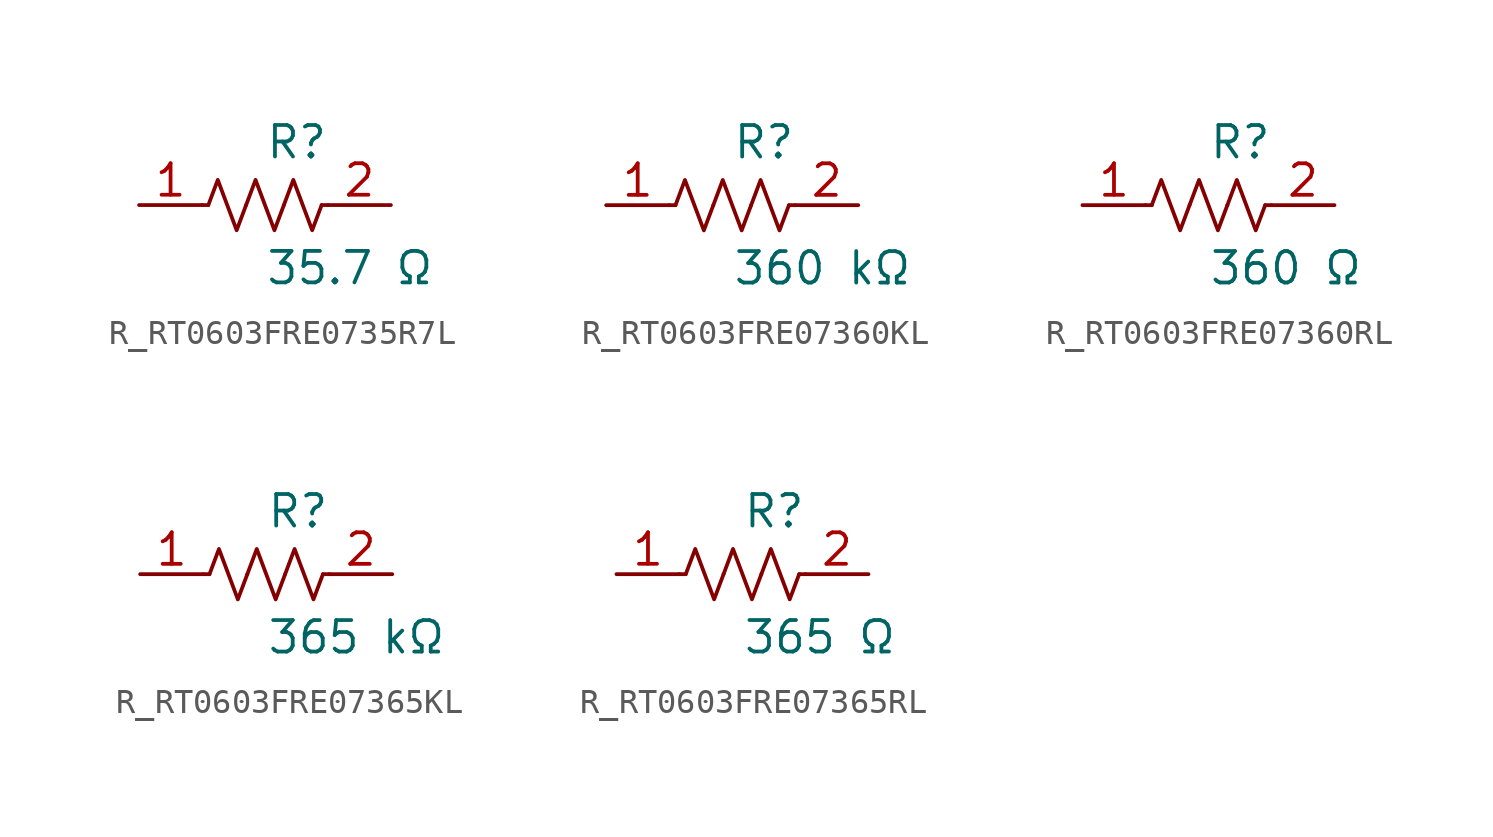
<source format=kicad_sym>
(kicad_symbol_lib
  (version 20231120)
  (generator kicad_symbol_editor)
  (generator_version 8.0)
  (symbol "R_RT0603FRE0735R7L"
    (pin_names
      (offset 0.254))
    (property "Reference" "R"
      (at 0.0 2.54 0)
      (effects (font (size 1.27 1.27)) (justify left)))
    (property "Value" "35.7 Ω"
      (at 0.0 -2.54 0)
      (effects (font (size 1.27 1.27)) (justify left)))
    (symbol "R_RT0603FRE0735R7L_0_1"
      (polyline (pts (xy 2.286 0) (xy 2.54 0)) (stroke (width 0) (type default)) (fill (type none)))
      (polyline (pts (xy -2.286 0) (xy -2.54 0)) (stroke (width 0) (type default)) (fill (type none)))
      (polyline (pts (xy 0.762 0) (xy 1.143 1.016) (xy 1.524 0) (xy 1.905 -1.016) (xy 2.286 0)) (stroke (width 0) (type default)) (fill (type none)))
      (polyline (pts (xy -0.762 0) (xy -0.381 1.016) (xy 0 0) (xy 0.381 -1.016) (xy 0.762 0)) (stroke (width 0) (type default)) (fill (type none)))
      (polyline (pts (xy -2.286 0) (xy -1.905 1.016) (xy -1.524 0) (xy -1.143 -1.016) (xy -0.762 0)) (stroke (width 0) (type default)) (fill (type none))))
    (pin unspecified line
      (at -5.08 0 0)
      (length 2.54)
      (name "" (effects (font (size 1.27 1.27))))
      (number "1" (effects (font (size 1.27 1.27)))))
    (pin unspecified line
      (at 5.08 0 180)
      (length 2.54)
      (name "" (effects (font (size 1.27 1.27))))
      (number "2" (effects (font (size 1.27 1.27))))))
  (symbol "R_RT0603FRE07360KL"
    (pin_names
      (offset 0.254))
    (property "Reference" "R"
      (at 0.0 2.54 0)
      (effects (font (size 1.27 1.27)) (justify left)))
    (property "Value" "360 kΩ"
      (at 0.0 -2.54 0)
      (effects (font (size 1.27 1.27)) (justify left)))
    (symbol "R_RT0603FRE07360KL_0_1"
      (polyline (pts (xy 2.286 0) (xy 2.54 0)) (stroke (width 0) (type default)) (fill (type none)))
      (polyline (pts (xy -2.286 0) (xy -2.54 0)) (stroke (width 0) (type default)) (fill (type none)))
      (polyline (pts (xy 0.762 0) (xy 1.143 1.016) (xy 1.524 0) (xy 1.905 -1.016) (xy 2.286 0)) (stroke (width 0) (type default)) (fill (type none)))
      (polyline (pts (xy -0.762 0) (xy -0.381 1.016) (xy 0 0) (xy 0.381 -1.016) (xy 0.762 0)) (stroke (width 0) (type default)) (fill (type none)))
      (polyline (pts (xy -2.286 0) (xy -1.905 1.016) (xy -1.524 0) (xy -1.143 -1.016) (xy -0.762 0)) (stroke (width 0) (type default)) (fill (type none))))
    (pin unspecified line
      (at -5.08 0 0)
      (length 2.54)
      (name "" (effects (font (size 1.27 1.27))))
      (number "1" (effects (font (size 1.27 1.27)))))
    (pin unspecified line
      (at 5.08 0 180)
      (length 2.54)
      (name "" (effects (font (size 1.27 1.27))))
      (number "2" (effects (font (size 1.27 1.27))))))
  (symbol "R_RT0603FRE07360RL"
    (pin_names
      (offset 0.254))
    (property "Reference" "R"
      (at 0.0 2.54 0)
      (effects (font (size 1.27 1.27)) (justify left)))
    (property "Value" "360 Ω"
      (at 0.0 -2.54 0)
      (effects (font (size 1.27 1.27)) (justify left)))
    (symbol "R_RT0603FRE07360RL_0_1"
      (polyline (pts (xy 2.286 0) (xy 2.54 0)) (stroke (width 0) (type default)) (fill (type none)))
      (polyline (pts (xy -2.286 0) (xy -2.54 0)) (stroke (width 0) (type default)) (fill (type none)))
      (polyline (pts (xy 0.762 0) (xy 1.143 1.016) (xy 1.524 0) (xy 1.905 -1.016) (xy 2.286 0)) (stroke (width 0) (type default)) (fill (type none)))
      (polyline (pts (xy -0.762 0) (xy -0.381 1.016) (xy 0 0) (xy 0.381 -1.016) (xy 0.762 0)) (stroke (width 0) (type default)) (fill (type none)))
      (polyline (pts (xy -2.286 0) (xy -1.905 1.016) (xy -1.524 0) (xy -1.143 -1.016) (xy -0.762 0)) (stroke (width 0) (type default)) (fill (type none))))
    (pin unspecified line
      (at -5.08 0 0)
      (length 2.54)
      (name "" (effects (font (size 1.27 1.27))))
      (number "1" (effects (font (size 1.27 1.27)))))
    (pin unspecified line
      (at 5.08 0 180)
      (length 2.54)
      (name "" (effects (font (size 1.27 1.27))))
      (number "2" (effects (font (size 1.27 1.27))))))
  (symbol "R_RT0603FRE07365KL"
    (pin_names
      (offset 0.254))
    (property "Reference" "R"
      (at 0.0 2.54 0)
      (effects (font (size 1.27 1.27)) (justify left)))
    (property "Value" "365 kΩ"
      (at 0.0 -2.54 0)
      (effects (font (size 1.27 1.27)) (justify left)))
    (symbol "R_RT0603FRE07365KL_0_1"
      (polyline (pts (xy 2.286 0) (xy 2.54 0)) (stroke (width 0) (type default)) (fill (type none)))
      (polyline (pts (xy -2.286 0) (xy -2.54 0)) (stroke (width 0) (type default)) (fill (type none)))
      (polyline (pts (xy 0.762 0) (xy 1.143 1.016) (xy 1.524 0) (xy 1.905 -1.016) (xy 2.286 0)) (stroke (width 0) (type default)) (fill (type none)))
      (polyline (pts (xy -0.762 0) (xy -0.381 1.016) (xy 0 0) (xy 0.381 -1.016) (xy 0.762 0)) (stroke (width 0) (type default)) (fill (type none)))
      (polyline (pts (xy -2.286 0) (xy -1.905 1.016) (xy -1.524 0) (xy -1.143 -1.016) (xy -0.762 0)) (stroke (width 0) (type default)) (fill (type none))))
    (pin unspecified line
      (at -5.08 0 0)
      (length 2.54)
      (name "" (effects (font (size 1.27 1.27))))
      (number "1" (effects (font (size 1.27 1.27)))))
    (pin unspecified line
      (at 5.08 0 180)
      (length 2.54)
      (name "" (effects (font (size 1.27 1.27))))
      (number "2" (effects (font (size 1.27 1.27))))))
  (symbol "R_RT0603FRE07365RL"
    (pin_names
      (offset 0.254))
    (property "Reference" "R"
      (at 0.0 2.54 0)
      (effects (font (size 1.27 1.27)) (justify left)))
    (property "Value" "365 Ω"
      (at 0.0 -2.54 0)
      (effects (font (size 1.27 1.27)) (justify left)))
    (symbol "R_RT0603FRE07365RL_0_1"
      (polyline (pts (xy 2.286 0) (xy 2.54 0)) (stroke (width 0) (type default)) (fill (type none)))
      (polyline (pts (xy -2.286 0) (xy -2.54 0)) (stroke (width 0) (type default)) (fill (type none)))
      (polyline (pts (xy 0.762 0) (xy 1.143 1.016) (xy 1.524 0) (xy 1.905 -1.016) (xy 2.286 0)) (stroke (width 0) (type default)) (fill (type none)))
      (polyline (pts (xy -0.762 0) (xy -0.381 1.016) (xy 0 0) (xy 0.381 -1.016) (xy 0.762 0)) (stroke (width 0) (type default)) (fill (type none)))
      (polyline (pts (xy -2.286 0) (xy -1.905 1.016) (xy -1.524 0) (xy -1.143 -1.016) (xy -0.762 0)) (stroke (width 0) (type default)) (fill (type none))))
    (pin unspecified line
      (at -5.08 0 0)
      (length 2.54)
      (name "" (effects (font (size 1.27 1.27))))
      (number "1" (effects (font (size 1.27 1.27)))))
    (pin unspecified line
      (at 5.08 0 180)
      (length 2.54)
      (name "" (effects (font (size 1.27 1.27))))
      (number "2" (effects (font (size 1.27 1.27)))))))
</source>
